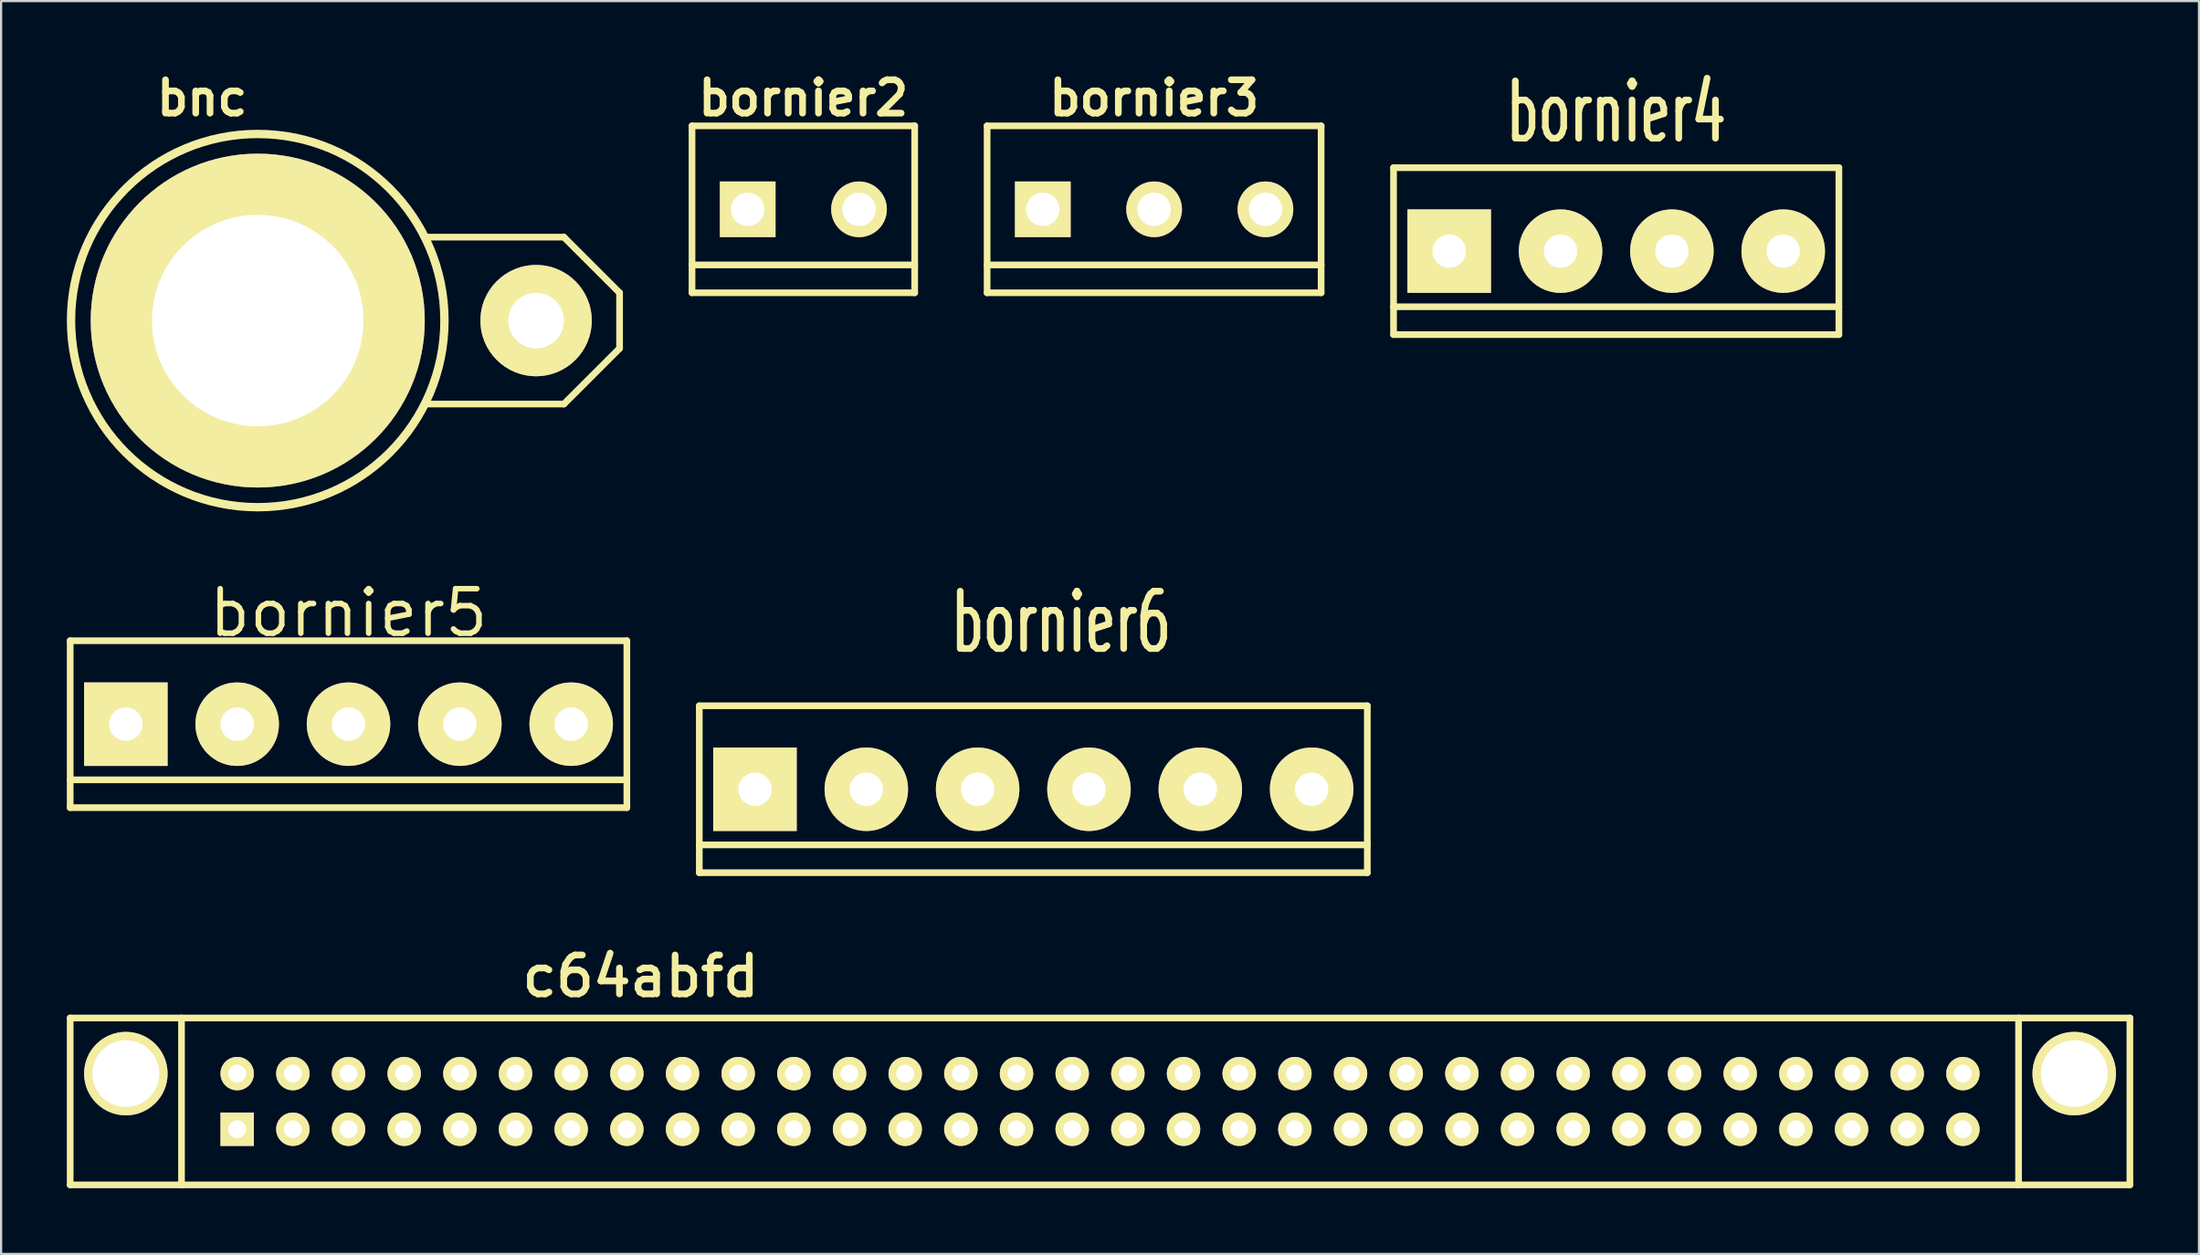
<source format=kicad_pcb>
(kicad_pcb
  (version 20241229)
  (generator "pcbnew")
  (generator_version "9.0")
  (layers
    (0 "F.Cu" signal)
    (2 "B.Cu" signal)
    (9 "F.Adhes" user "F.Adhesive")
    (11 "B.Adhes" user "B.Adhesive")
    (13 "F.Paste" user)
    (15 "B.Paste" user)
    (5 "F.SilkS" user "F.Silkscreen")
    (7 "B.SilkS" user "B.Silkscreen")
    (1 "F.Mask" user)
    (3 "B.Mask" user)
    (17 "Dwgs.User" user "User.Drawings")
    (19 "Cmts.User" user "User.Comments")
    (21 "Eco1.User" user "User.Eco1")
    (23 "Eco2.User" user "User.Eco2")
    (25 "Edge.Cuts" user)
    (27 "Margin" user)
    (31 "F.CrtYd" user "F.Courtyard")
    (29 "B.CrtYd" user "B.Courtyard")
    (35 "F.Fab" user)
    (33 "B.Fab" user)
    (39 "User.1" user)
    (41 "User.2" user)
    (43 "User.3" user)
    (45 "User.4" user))
  (footprint "bornier2"
    (layer "F.Cu")
    (at 33.605 6.506)
    (property "Reference" "bornier2" (at 0 -5.08 0) (layer "F.SilkS") (effects (font (size 1.524 1.524) (thickness 0.305))))
    (attr through_hole)
    (fp_line (start -5.08 -3.81) (end -5.08 3.81) (stroke (width 0.305) (type solid)) (layer "F.SilkS"))
    (fp_line (start -5.08 3.81) (end 5.08 3.81) (stroke (width 0.305) (type solid)) (layer "F.SilkS"))
    (fp_line (start 5.08 -3.81) (end -5.08 -3.81) (stroke (width 0.305) (type solid)) (layer "F.SilkS"))
    (fp_line (start 5.08 2.54) (end -5.08 2.54) (stroke (width 0.305) (type solid)) (layer "F.SilkS"))
    (fp_line (start 5.08 3.81) (end 5.08 -3.81) (stroke (width 0.305) (type solid)) (layer "F.SilkS"))
    (pad "1" thru_hole rect (at -2.54 0) (size 2.54 2.54) (drill 1.524) (layers "*.Cu" "*.Mask" "F.SilkS"))
    (pad "2" thru_hole circle (at 2.54 0) (size 2.54 2.54) (drill 1.524) (layers "*.Cu" "*.Mask" "F.SilkS")))
  (footprint "bnc"
    (layer "F.Cu")
    (at 8.71 11.586)
    (property "Reference" "bnc" (at -2.54 -10.16 0) (layer "F.SilkS") (effects (font (size 1.524 1.524) (thickness 0.305))))
    (attr through_hole)
    (fp_line (start 7.62 3.81) (end 13.97 3.81) (stroke (width 0.305) (type solid)) (layer "F.SilkS"))
    (fp_line (start 13.97 -3.81) (end 7.62 -3.81) (stroke (width 0.305) (type solid)) (layer "F.SilkS"))
    (fp_line (start 13.97 3.81) (end 16.51 1.27) (stroke (width 0.305) (type solid)) (layer "F.SilkS"))
    (fp_line (start 16.51 -1.27) (end 13.97 -3.81) (stroke (width 0.305) (type solid)) (layer "F.SilkS"))
    (fp_line (start 16.51 1.27) (end 16.51 -1.27) (stroke (width 0.305) (type solid)) (layer "F.SilkS"))
    (fp_circle (center 0 0) (end 7.62 3.81) (stroke (width 0.381) (type solid)) (fill no) (layer "F.SilkS"))
    (pad "1" thru_hole circle (at 12.7 0) (size 5.08 5.08) (drill 2.54) (layers "*.Cu" "*.Mask" "F.SilkS"))
    (pad "2" thru_hole circle (at 0 0) (size 15.24 15.24) (drill 9.652) (layers "*.Cu" "*.Mask" "F.SilkS")))
  (footprint "bornier4"
    (layer "F.Cu")
    (at 70.694 8.415)
    (property "Reference" "bornier4" (at 0 -6.35 0) (layer "F.SilkS") (effects (font (size 2.616 1.598) (thickness 0.305))))
    (attr through_hole)
    (fp_line (start -10.16 -3.81) (end -10.16 3.81) (stroke (width 0.305) (type solid)) (layer "F.SilkS"))
    (fp_line (start -10.16 -3.81) (end 10.16 -3.81) (stroke (width 0.305) (type solid)) (layer "F.SilkS"))
    (fp_line (start -10.16 3.81) (end 10.16 3.81) (stroke (width 0.305) (type solid)) (layer "F.SilkS"))
    (fp_line (start 10.16 2.54) (end -10.16 2.54) (stroke (width 0.305) (type solid)) (layer "F.SilkS"))
    (fp_line (start 10.16 3.81) (end 10.16 -3.81) (stroke (width 0.305) (type solid)) (layer "F.SilkS"))
    (pad "1" thru_hole rect (at -7.62 0) (size 3.81 3.81) (drill 1.524) (layers "*.Cu" "*.Mask" "F.SilkS"))
    (pad "2" thru_hole circle (at -2.54 0) (size 3.81 3.81) (drill 1.524) (layers "*.Cu" "*.Mask" "F.SilkS"))
    (pad "3" thru_hole circle (at 2.54 0) (size 3.81 3.81) (drill 1.524) (layers "*.Cu" "*.Mask" "F.SilkS"))
    (pad "4" thru_hole circle (at 7.62 0) (size 3.81 3.81) (drill 1.524) (layers "*.Cu" "*.Mask" "F.SilkS")))
  (footprint "bornier6"
    (layer "F.Cu")
    (at 44.097 32.982)
    (property "Reference" "bornier6" (at 1.27 -7.62 0) (layer "F.SilkS") (effects (font (size 2.616 1.598) (thickness 0.305))))
    (attr through_hole)
    (fp_line (start -15.24 -3.81) (end -15.24 3.81) (stroke (width 0.305) (type solid)) (layer "F.SilkS"))
    (fp_line (start -15.24 -3.81) (end 15.24 -3.81) (stroke (width 0.305) (type solid)) (layer "F.SilkS"))
    (fp_line (start -15.24 2.54) (end 15.24 2.54) (stroke (width 0.305) (type solid)) (layer "F.SilkS"))
    (fp_line (start -15.24 3.81) (end 15.24 3.81) (stroke (width 0.305) (type solid)) (layer "F.SilkS"))
    (fp_line (start 15.24 3.81) (end 15.24 -3.81) (stroke (width 0.305) (type solid)) (layer "F.SilkS"))
    (pad "1" thru_hole rect (at -12.7 0) (size 3.81 3.81) (drill 1.524) (layers "*.Cu" "*.Mask" "F.SilkS"))
    (pad "2" thru_hole circle (at -7.62 0) (size 3.81 3.81) (drill 1.524) (layers "*.Cu" "*.Mask" "F.SilkS"))
    (pad "3" thru_hole circle (at -2.54 0) (size 3.81 3.81) (drill 1.524) (layers "*.Cu" "*.Mask" "F.SilkS"))
    (pad "4" thru_hole circle (at 2.54 0) (size 3.81 3.81) (drill 1.524) (layers "*.Cu" "*.Mask" "F.SilkS"))
    (pad "5" thru_hole circle (at 7.62 0) (size 3.81 3.81) (drill 1.524) (layers "*.Cu" "*.Mask" "F.SilkS"))
    (pad "6" thru_hole circle (at 12.7 0) (size 3.81 3.81) (drill 1.524) (layers "*.Cu" "*.Mask" "F.SilkS")))
  (footprint "c64abfd"
    (layer "F.Cu")
    (at 47.142 47.234)
    (property "Reference" "c64abfd" (at -20.955 -5.715 0) (layer "F.SilkS") (effects (font (size 1.778 1.778) (thickness 0.305))))
    (attr through_hole)
    (fp_line (start -46.99 -3.81) (end 46.99 -3.81) (stroke (width 0.305) (type solid)) (layer "F.SilkS"))
    (fp_line (start -46.99 3.81) (end -46.99 -3.81) (stroke (width 0.305) (type solid)) (layer "F.SilkS"))
    (fp_line (start -41.91 3.81) (end -41.91 -3.81) (stroke (width 0.305) (type solid)) (layer "F.SilkS"))
    (fp_line (start 41.91 3.81) (end 41.91 -3.81) (stroke (width 0.305) (type solid)) (layer "F.SilkS"))
    (fp_line (start 46.99 -3.81) (end 46.99 3.81) (stroke (width 0.305) (type solid)) (layer "F.SilkS"))
    (fp_line (start 46.99 3.81) (end -46.99 3.81) (stroke (width 0.305) (type solid)) (layer "F.SilkS"))
    (pad "65" thru_hole circle (at -44.45 -1.27) (size 3.81 3.81) (drill 3.048) (layers "*.Cu" "*.Mask" "F.SilkS"))
    (pad "66" thru_hole circle (at 44.45 -1.27) (size 3.81 3.81) (drill 3.048) (layers "*.Cu" "*.Mask" "F.SilkS"))
    (pad "A1" thru_hole rect (at -39.37 1.27) (size 1.524 1.524) (drill 0.813) (layers "*.Cu" "*.Mask" "F.SilkS"))
    (pad "A2" thru_hole circle (at -36.83 1.27) (size 1.524 1.524) (drill 0.813) (layers "*.Cu" "*.Mask" "F.SilkS"))
    (pad "A3" thru_hole circle (at -34.29 1.27) (size 1.524 1.524) (drill 0.813) (layers "*.Cu" "*.Mask" "F.SilkS"))
    (pad "A4" thru_hole circle (at -31.75 1.27) (size 1.524 1.524) (drill 0.813) (layers "*.Cu" "*.Mask" "F.SilkS"))
    (pad "A5" thru_hole circle (at -29.21 1.27) (size 1.524 1.524) (drill 0.813) (layers "*.Cu" "*.Mask" "F.SilkS"))
    (pad "A6" thru_hole circle (at -26.67 1.27) (size 1.524 1.524) (drill 0.813) (layers "*.Cu" "*.Mask" "F.SilkS"))
    (pad "A7" thru_hole circle (at -24.13 1.27) (size 1.524 1.524) (drill 0.813) (layers "*.Cu" "*.Mask" "F.SilkS"))
    (pad "A8" thru_hole circle (at -21.59 1.27) (size 1.524 1.524) (drill 0.813) (layers "*.Cu" "*.Mask" "F.SilkS"))
    (pad "A9" thru_hole circle (at -19.05 1.27) (size 1.524 1.524) (drill 0.813) (layers "*.Cu" "*.Mask" "F.SilkS"))
    (pad "A10" thru_hole circle (at -16.51 1.27) (size 1.524 1.524) (drill 0.813) (layers "*.Cu" "*.Mask" "F.SilkS"))
    (pad "A11" thru_hole circle (at -13.97 1.27) (size 1.524 1.524) (drill 0.813) (layers "*.Cu" "*.Mask" "F.SilkS"))
    (pad "A12" thru_hole circle (at -11.43 1.27) (size 1.524 1.524) (drill 0.813) (layers "*.Cu" "*.Mask" "F.SilkS"))
    (pad "A13" thru_hole circle (at -8.89 1.27) (size 1.524 1.524) (drill 0.813) (layers "*.Cu" "*.Mask" "F.SilkS"))
    (pad "A14" thru_hole circle (at -6.35 1.27) (size 1.524 1.524) (drill 0.813) (layers "*.Cu" "*.Mask" "F.SilkS"))
    (pad "A15" thru_hole circle (at -3.81 1.27) (size 1.524 1.524) (drill 0.813) (layers "*.Cu" "*.Mask" "F.SilkS"))
    (pad "A16" thru_hole circle (at -1.27 1.27) (size 1.524 1.524) (drill 0.813) (layers "*.Cu" "*.Mask" "F.SilkS"))
    (pad "A17" thru_hole circle (at 1.27 1.27) (size 1.524 1.524) (drill 0.813) (layers "*.Cu" "*.Mask" "F.SilkS"))
    (pad "A18" thru_hole circle (at 3.81 1.27) (size 1.524 1.524) (drill 0.813) (layers "*.Cu" "*.Mask" "F.SilkS"))
    (pad "A19" thru_hole circle (at 6.35 1.27) (size 1.524 1.524) (drill 0.813) (layers "*.Cu" "*.Mask" "F.SilkS"))
    (pad "A20" thru_hole circle (at 8.89 1.27) (size 1.524 1.524) (drill 0.813) (layers "*.Cu" "*.Mask" "F.SilkS"))
    (pad "A21" thru_hole circle (at 11.43 1.27) (size 1.524 1.524) (drill 0.813) (layers "*.Cu" "*.Mask" "F.SilkS"))
    (pad "A22" thru_hole circle (at 13.97 1.27) (size 1.524 1.524) (drill 0.813) (layers "*.Cu" "*.Mask" "F.SilkS"))
    (pad "A23" thru_hole circle (at 16.51 1.27) (size 1.524 1.524) (drill 0.813) (layers "*.Cu" "*.Mask" "F.SilkS"))
    (pad "A24" thru_hole circle (at 19.05 1.27) (size 1.524 1.524) (drill 0.813) (layers "*.Cu" "*.Mask" "F.SilkS"))
    (pad "A25" thru_hole circle (at 21.59 1.27) (size 1.524 1.524) (drill 0.813) (layers "*.Cu" "*.Mask" "F.SilkS"))
    (pad "A26" thru_hole circle (at 24.13 1.27) (size 1.524 1.524) (drill 0.813) (layers "*.Cu" "*.Mask" "F.SilkS"))
    (pad "A27" thru_hole circle (at 26.67 1.27) (size 1.524 1.524) (drill 0.813) (layers "*.Cu" "*.Mask" "F.SilkS"))
    (pad "A28" thru_hole circle (at 29.21 1.27) (size 1.524 1.524) (drill 0.813) (layers "*.Cu" "*.Mask" "F.SilkS"))
    (pad "A29" thru_hole circle (at 31.75 1.27) (size 1.524 1.524) (drill 0.813) (layers "*.Cu" "*.Mask" "F.SilkS"))
    (pad "A30" thru_hole circle (at 34.29 1.27) (size 1.524 1.524) (drill 0.813) (layers "*.Cu" "*.Mask" "F.SilkS"))
    (pad "A31" thru_hole circle (at 36.83 1.27) (size 1.524 1.524) (drill 0.813) (layers "*.Cu" "*.Mask" "F.SilkS"))
    (pad "A32" thru_hole circle (at 39.37 1.27) (size 1.524 1.524) (drill 0.813) (layers "*.Cu" "*.Mask" "F.SilkS"))
    (pad "B1" thru_hole circle (at -39.37 -1.27) (size 1.524 1.524) (drill 0.813) (layers "*.Cu" "*.Mask" "F.SilkS"))
    (pad "B2" thru_hole circle (at -36.83 -1.27) (size 1.524 1.524) (drill 0.813) (layers "*.Cu" "*.Mask" "F.SilkS"))
    (pad "B3" thru_hole circle (at -34.29 -1.27) (size 1.524 1.524) (drill 0.813) (layers "*.Cu" "*.Mask" "F.SilkS"))
    (pad "B4" thru_hole circle (at -31.75 -1.27) (size 1.524 1.524) (drill 0.813) (layers "*.Cu" "*.Mask" "F.SilkS"))
    (pad "B5" thru_hole circle (at -29.21 -1.27) (size 1.524 1.524) (drill 0.813) (layers "*.Cu" "*.Mask" "F.SilkS"))
    (pad "B6" thru_hole circle (at -26.67 -1.27) (size 1.524 1.524) (drill 0.813) (layers "*.Cu" "*.Mask" "F.SilkS"))
    (pad "B7" thru_hole circle (at -24.13 -1.27) (size 1.524 1.524) (drill 0.813) (layers "*.Cu" "*.Mask" "F.SilkS"))
    (pad "B8" thru_hole circle (at -21.59 -1.27) (size 1.524 1.524) (drill 0.813) (layers "*.Cu" "*.Mask" "F.SilkS"))
    (pad "B9" thru_hole circle (at -19.05 -1.27) (size 1.524 1.524) (drill 0.813) (layers "*.Cu" "*.Mask" "F.SilkS"))
    (pad "B10" thru_hole circle (at -16.51 -1.27) (size 1.524 1.524) (drill 0.813) (layers "*.Cu" "*.Mask" "F.SilkS"))
    (pad "B11" thru_hole circle (at -13.97 -1.27) (size 1.524 1.524) (drill 0.813) (layers "*.Cu" "*.Mask" "F.SilkS"))
    (pad "B12" thru_hole circle (at -11.43 -1.27) (size 1.524 1.524) (drill 0.813) (layers "*.Cu" "*.Mask" "F.SilkS"))
    (pad "B13" thru_hole circle (at -8.89 -1.27) (size 1.524 1.524) (drill 0.813) (layers "*.Cu" "*.Mask" "F.SilkS"))
    (pad "B14" thru_hole circle (at -6.35 -1.27) (size 1.524 1.524) (drill 0.813) (layers "*.Cu" "*.Mask" "F.SilkS"))
    (pad "B15" thru_hole circle (at -3.81 -1.27) (size 1.524 1.524) (drill 0.813) (layers "*.Cu" "*.Mask" "F.SilkS"))
    (pad "B16" thru_hole circle (at -1.27 -1.27) (size 1.524 1.524) (drill 0.813) (layers "*.Cu" "*.Mask" "F.SilkS"))
    (pad "B17" thru_hole circle (at 1.27 -1.27) (size 1.524 1.524) (drill 0.813) (layers "*.Cu" "*.Mask" "F.SilkS"))
    (pad "B18" thru_hole circle (at 3.81 -1.27) (size 1.524 1.524) (drill 0.813) (layers "*.Cu" "*.Mask" "F.SilkS"))
    (pad "B19" thru_hole circle (at 6.35 -1.27) (size 1.524 1.524) (drill 0.813) (layers "*.Cu" "*.Mask" "F.SilkS"))
    (pad "B20" thru_hole circle (at 8.89 -1.27) (size 1.524 1.524) (drill 0.813) (layers "*.Cu" "*.Mask" "F.SilkS"))
    (pad "B21" thru_hole circle (at 11.43 -1.27) (size 1.524 1.524) (drill 0.813) (layers "*.Cu" "*.Mask" "F.SilkS"))
    (pad "B22" thru_hole circle (at 13.97 -1.27) (size 1.524 1.524) (drill 0.813) (layers "*.Cu" "*.Mask" "F.SilkS"))
    (pad "B23" thru_hole circle (at 16.51 -1.27) (size 1.524 1.524) (drill 0.813) (layers "*.Cu" "*.Mask" "F.SilkS"))
    (pad "B24" thru_hole circle (at 19.05 -1.27) (size 1.524 1.524) (drill 0.813) (layers "*.Cu" "*.Mask" "F.SilkS"))
    (pad "B25" thru_hole circle (at 21.59 -1.27) (size 1.524 1.524) (drill 0.813) (layers "*.Cu" "*.Mask" "F.SilkS"))
    (pad "B26" thru_hole circle (at 24.13 -1.27) (size 1.524 1.524) (drill 0.813) (layers "*.Cu" "*.Mask" "F.SilkS"))
    (pad "B27" thru_hole circle (at 26.67 -1.27) (size 1.524 1.524) (drill 0.813) (layers "*.Cu" "*.Mask" "F.SilkS"))
    (pad "B28" thru_hole circle (at 29.21 -1.27) (size 1.524 1.524) (drill 0.813) (layers "*.Cu" "*.Mask" "F.SilkS"))
    (pad "B29" thru_hole circle (at 31.75 -1.27) (size 1.524 1.524) (drill 0.813) (layers "*.Cu" "*.Mask" "F.SilkS"))
    (pad "B30" thru_hole circle (at 34.29 -1.27) (size 1.524 1.524) (drill 0.813) (layers "*.Cu" "*.Mask" "F.SilkS"))
    (pad "B31" thru_hole circle (at 36.83 -1.27) (size 1.524 1.524) (drill 0.813) (layers "*.Cu" "*.Mask" "F.SilkS"))
    (pad "B32" thru_hole circle (at 39.37 -1.27) (size 1.524 1.524) (drill 0.813) (layers "*.Cu" "*.Mask" "F.SilkS")))
  (footprint "bornier5"
    (layer "F.Cu")
    (at 12.852 30.011)
    (property "Reference" "bornier5" (at 0 -5.08 0) (layer "F.SilkS") (effects (font (size 2.032 2.032) (thickness 0.254))))
    (attr through_hole)
    (fp_line (start -12.7 -3.81) (end -12.7 3.81) (stroke (width 0.305) (type solid)) (layer "F.SilkS"))
    (fp_line (start -12.7 -3.81) (end 12.7 -3.81) (stroke (width 0.305) (type solid)) (layer "F.SilkS"))
    (fp_line (start -12.7 2.54) (end 12.7 2.54) (stroke (width 0.305) (type solid)) (layer "F.SilkS"))
    (fp_line (start -12.7 3.81) (end 12.7 3.81) (stroke (width 0.305) (type solid)) (layer "F.SilkS"))
    (fp_line (start 12.7 -3.81) (end 12.7 3.81) (stroke (width 0.305) (type solid)) (layer "F.SilkS"))
    (pad "1" thru_hole rect (at -10.16 0) (size 3.81 3.81) (drill 1.524) (layers "*.Cu" "*.Mask" "F.SilkS"))
    (pad "2" thru_hole circle (at -5.08 0) (size 3.81 3.81) (drill 1.524) (layers "*.Cu" "*.Mask" "F.SilkS"))
    (pad "3" thru_hole circle (at 0 0) (size 3.81 3.81) (drill 1.524) (layers "*.Cu" "*.Mask" "F.SilkS"))
    (pad "4" thru_hole circle (at 5.08 0) (size 3.81 3.81) (drill 1.524) (layers "*.Cu" "*.Mask" "F.SilkS"))
    (pad "5" thru_hole circle (at 10.16 0) (size 3.81 3.81) (drill 1.524) (layers "*.Cu" "*.Mask" "F.SilkS")))
  (footprint "bornier3"
    (layer "F.Cu")
    (at 49.61 6.506)
    (property "Reference" "bornier3" (at 0 -5.08 0) (layer "F.SilkS") (effects (font (size 1.524 1.524) (thickness 0.305))))
    (attr through_hole)
    (fp_line (start -7.62 -3.81) (end 7.62 -3.81) (stroke (width 0.305) (type solid)) (layer "F.SilkS"))
    (fp_line (start -7.62 2.54) (end 7.62 2.54) (stroke (width 0.305) (type solid)) (layer "F.SilkS"))
    (fp_line (start -7.62 3.81) (end -7.62 -3.81) (stroke (width 0.305) (type solid)) (layer "F.SilkS"))
    (fp_line (start -7.62 3.81) (end 7.62 3.81) (stroke (width 0.305) (type solid)) (layer "F.SilkS"))
    (fp_line (start 7.62 3.81) (end 7.62 -3.81) (stroke (width 0.305) (type solid)) (layer "F.SilkS"))
    (pad "1" thru_hole rect (at -5.08 0) (size 2.54 2.54) (drill 1.524) (layers "*.Cu" "*.Mask" "F.SilkS"))
    (pad "2" thru_hole circle (at 0 0) (size 2.54 2.54) (drill 1.524) (layers "*.Cu" "*.Mask" "F.SilkS"))
    (pad "3" thru_hole circle (at 5.08 0) (size 2.54 2.54) (drill 1.524) (layers "*.Cu" "*.Mask" "F.SilkS")))
  (gr_rect
    (start -3 -3)
    (end 97.285 54.197)
    (stroke (width 0.1) (type default))
    (fill no)
    (layer "Edge.Cuts")))
</source>
